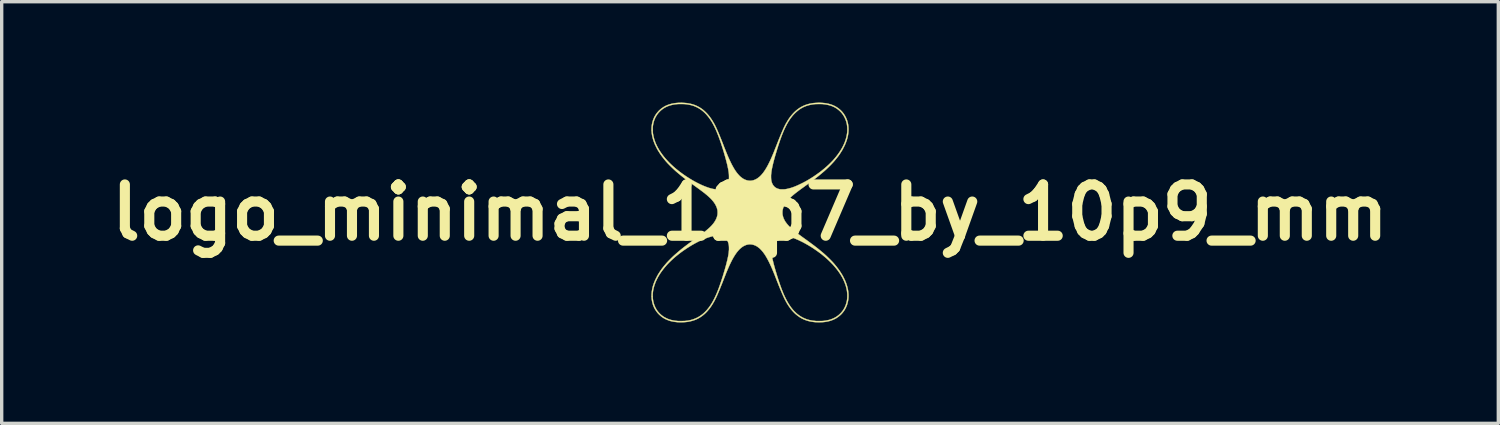
<source format=kicad_pcb>
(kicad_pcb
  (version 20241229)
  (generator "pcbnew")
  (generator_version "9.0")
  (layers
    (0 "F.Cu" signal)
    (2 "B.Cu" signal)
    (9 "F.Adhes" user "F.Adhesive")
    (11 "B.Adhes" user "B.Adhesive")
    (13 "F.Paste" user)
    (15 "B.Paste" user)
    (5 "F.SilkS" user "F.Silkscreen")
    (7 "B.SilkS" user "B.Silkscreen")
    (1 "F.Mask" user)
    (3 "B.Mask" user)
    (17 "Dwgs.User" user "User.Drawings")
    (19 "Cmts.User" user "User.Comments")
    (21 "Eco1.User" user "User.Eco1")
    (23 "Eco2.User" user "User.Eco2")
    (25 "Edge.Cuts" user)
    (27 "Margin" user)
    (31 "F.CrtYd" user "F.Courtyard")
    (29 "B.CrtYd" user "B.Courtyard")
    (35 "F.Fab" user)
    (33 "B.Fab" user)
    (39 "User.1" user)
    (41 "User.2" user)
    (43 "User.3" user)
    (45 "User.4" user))
  (footprint "logo_minimal_12p7_by_10p9_mm"
    (layer "F.Cu")
    (at 19.239 3.266)
    (property "Reference" "logo_minimal_12p7_by_10p9_mm" (at 0 0 0) (layer "F.SilkS") (effects (font (size 1.524 1.524) (thickness 0.3))))
    (attr through_hole)
    (fp_poly (pts (xy -2.022 -3.261) (xy -1.956 -3.258) (xy -1.892 -3.253) (xy -1.831 -3.244) (xy -1.773 -3.233) (xy -1.717 -3.219) (xy -1.663 -3.202) (xy -1.611 -3.182) (xy -1.56 -3.158) (xy -1.511 -3.132) (xy -1.509 -3.131) (xy -1.472 -3.108) (xy -1.436 -3.084) (xy -1.402 -3.059) (xy -1.369 -3.031) (xy -1.335 -3) (xy -1.306 -2.972) (xy -1.265 -2.929) (xy -1.226 -2.883) (xy -1.188 -2.834) (xy -1.151 -2.782) (xy -1.115 -2.727) (xy -1.08 -2.668) (xy -1.046 -2.606) (xy -1.013 -2.539) (xy -0.981 -2.469) (xy -0.962 -2.425) (xy -0.95 -2.398) (xy -0.941 -2.376) (xy -0.932 -2.356) (xy -0.925 -2.338) (xy -0.918 -2.322) (xy -0.912 -2.308) (xy -0.907 -2.294) (xy -0.901 -2.281) (xy -0.895 -2.267) (xy -0.89 -2.253) (xy -0.885 -2.242) (xy -0.879 -2.227) (xy -0.871 -2.209) (xy -0.863 -2.188) (xy -0.854 -2.166) (xy -0.845 -2.143) (xy -0.836 -2.119) (xy -0.827 -2.097) (xy -0.821 -2.083) (xy -0.805 -2.042) (xy -0.791 -2.005) (xy -0.778 -1.971) (xy -0.766 -1.941) (xy -0.755 -1.913) (xy -0.745 -1.888) (xy -0.736 -1.866) (xy -0.728 -1.846) (xy -0.721 -1.827) (xy -0.714 -1.811) (xy -0.708 -1.795) (xy -0.702 -1.781) (xy -0.696 -1.768) (xy -0.691 -1.755) (xy -0.686 -1.743) (xy -0.681 -1.73) (xy -0.676 -1.718) (xy -0.67 -1.705) (xy -0.665 -1.692) (xy -0.664 -1.689) (xy -0.634 -1.62) (xy -0.604 -1.555) (xy -0.575 -1.494) (xy -0.547 -1.437) (xy -0.518 -1.383) (xy -0.49 -1.333) (xy -0.463 -1.287) (xy -0.435 -1.244) (xy -0.407 -1.204) (xy -0.379 -1.167) (xy -0.351 -1.134) (xy -0.323 -1.103) (xy -0.295 -1.075) (xy -0.266 -1.05) (xy -0.236 -1.028) (xy -0.236 -1.027) (xy -0.2 -1.003) (xy -0.163 -0.983) (xy -0.125 -0.968) (xy -0.087 -0.956) (xy -0.049 -0.949) (xy -0.011 -0.945) (xy 0.027 -0.946) (xy 0.066 -0.951) (xy 0.104 -0.96) (xy 0.141 -0.974) (xy 0.178 -0.991) (xy 0.203 -1.005) (xy 0.233 -1.025) (xy 0.263 -1.048) (xy 0.282 -1.064) (xy 0.625 -1.064) (xy 0.625 -1.043) (xy 0.626 -1.022) (xy 0.627 -1.002) (xy 0.628 -0.985) (xy 0.63 -0.972) (xy 0.637 -0.931) (xy 0.648 -0.894) (xy 0.661 -0.86) (xy 0.677 -0.829) (xy 0.696 -0.801) (xy 0.718 -0.776) (xy 0.724 -0.769) (xy 0.75 -0.748) (xy 0.777 -0.73) (xy 0.807 -0.715) (xy 0.839 -0.704) (xy 0.874 -0.695) (xy 0.877 -0.694) (xy 0.887 -0.693) (xy 0.895 -0.691) (xy 0.903 -0.69) (xy 0.91 -0.689) (xy 0.918 -0.689) (xy 0.927 -0.689) (xy 0.938 -0.689) (xy 0.952 -0.689) (xy 0.969 -0.689) (xy 0.972 -0.689) (xy 0.996 -0.69) (xy 1.016 -0.69) (xy 1.033 -0.691) (xy 1.046 -0.693) (xy 1.048 -0.693) (xy 1.1 -0.702) (xy 1.154 -0.715) (xy 1.21 -0.73) (xy 1.268 -0.749) (xy 1.328 -0.771) (xy 1.39 -0.797) (xy 1.454 -0.826) (xy 1.521 -0.858) (xy 1.575 -0.885) (xy 1.66 -0.93) (xy 1.743 -0.978) (xy 1.825 -1.028) (xy 1.905 -1.08) (xy 1.984 -1.135) (xy 2.061 -1.19) (xy 2.135 -1.247) (xy 2.207 -1.306) (xy 2.275 -1.365) (xy 2.341 -1.425) (xy 2.403 -1.486) (xy 2.462 -1.547) (xy 2.503 -1.594) (xy 2.558 -1.659) (xy 2.608 -1.724) (xy 2.654 -1.789) (xy 2.696 -1.854) (xy 2.735 -1.919) (xy 2.769 -1.984) (xy 2.799 -2.05) (xy 2.825 -2.115) (xy 2.846 -2.179) (xy 2.864 -2.244) (xy 2.877 -2.309) (xy 2.887 -2.373) (xy 2.888 -2.388) (xy 2.89 -2.408) (xy 2.891 -2.431) (xy 2.891 -2.455) (xy 2.891 -2.48) (xy 2.891 -2.505) (xy 2.89 -2.528) (xy 2.889 -2.548) (xy 2.888 -2.553) (xy 2.881 -2.609) (xy 2.87 -2.664) (xy 2.855 -2.717) (xy 2.836 -2.768) (xy 2.814 -2.817) (xy 2.789 -2.864) (xy 2.76 -2.909) (xy 2.729 -2.951) (xy 2.693 -2.991) (xy 2.655 -3.028) (xy 2.614 -3.062) (xy 2.57 -3.094) (xy 2.524 -3.122) (xy 2.512 -3.128) (xy 2.471 -3.148) (xy 2.428 -3.166) (xy 2.383 -3.181) (xy 2.336 -3.194) (xy 2.286 -3.205) (xy 2.234 -3.214) (xy 2.178 -3.221) (xy 2.17 -3.222) (xy 2.157 -3.223) (xy 2.141 -3.224) (xy 2.121 -3.224) (xy 2.1 -3.225) (xy 2.077 -3.225) (xy 2.053 -3.225) (xy 2.029 -3.225) (xy 2.005 -3.224) (xy 1.983 -3.224) (xy 1.962 -3.223) (xy 1.944 -3.223) (xy 1.929 -3.222) (xy 1.921 -3.221) (xy 1.86 -3.213) (xy 1.802 -3.203) (xy 1.747 -3.19) (xy 1.695 -3.175) (xy 1.644 -3.157) (xy 1.596 -3.137) (xy 1.549 -3.113) (xy 1.503 -3.086) (xy 1.458 -3.056) (xy 1.457 -3.055) (xy 1.429 -3.034) (xy 1.399 -3.01) (xy 1.369 -2.983) (xy 1.339 -2.955) (xy 1.31 -2.926) (xy 1.284 -2.898) (xy 1.255 -2.864) (xy 1.227 -2.828) (xy 1.199 -2.79) (xy 1.172 -2.751) (xy 1.145 -2.709) (xy 1.119 -2.665) (xy 1.093 -2.619) (xy 1.068 -2.57) (xy 1.042 -2.518) (xy 1.017 -2.464) (xy 0.992 -2.407) (xy 0.967 -2.346) (xy 0.942 -2.283) (xy 0.917 -2.216) (xy 0.892 -2.145) (xy 0.867 -2.071) (xy 0.841 -1.993) (xy 0.815 -1.911) (xy 0.791 -1.833) (xy 0.769 -1.76) (xy 0.749 -1.692) (xy 0.73 -1.626) (xy 0.713 -1.564) (xy 0.698 -1.506) (xy 0.684 -1.451) (xy 0.672 -1.398) (xy 0.661 -1.349) (xy 0.651 -1.302) (xy 0.643 -1.258) (xy 0.637 -1.217) (xy 0.632 -1.177) (xy 0.628 -1.14) (xy 0.626 -1.122) (xy 0.625 -1.105) (xy 0.625 -1.085) (xy 0.625 -1.064) (xy 0.282 -1.064) (xy 0.292 -1.073) (xy 0.321 -1.101) (xy 0.349 -1.132) (xy 0.378 -1.166) (xy 0.406 -1.203) (xy 0.434 -1.243) (xy 0.462 -1.286) (xy 0.49 -1.333) (xy 0.519 -1.384) (xy 0.547 -1.438) (xy 0.576 -1.496) (xy 0.606 -1.558) (xy 0.635 -1.624) (xy 0.664 -1.689) (xy 0.669 -1.703) (xy 0.675 -1.716) (xy 0.68 -1.729) (xy 0.686 -1.741) (xy 0.691 -1.754) (xy 0.696 -1.767) (xy 0.702 -1.781) (xy 0.708 -1.795) (xy 0.714 -1.811) (xy 0.721 -1.828) (xy 0.728 -1.847) (xy 0.736 -1.867) (xy 0.745 -1.89) (xy 0.755 -1.915) (xy 0.766 -1.943) (xy 0.779 -1.974) (xy 0.792 -2.008) (xy 0.807 -2.045) (xy 0.821 -2.082) (xy 0.83 -2.105) (xy 0.839 -2.128) (xy 0.848 -2.151) (xy 0.858 -2.174) (xy 0.866 -2.196) (xy 0.874 -2.215) (xy 0.881 -2.232) (xy 0.885 -2.241) (xy 0.891 -2.256) (xy 0.897 -2.27) (xy 0.902 -2.284) (xy 0.908 -2.297) (xy 0.914 -2.311) (xy 0.92 -2.326) (xy 0.927 -2.342) (xy 0.934 -2.36) (xy 0.943 -2.381) (xy 0.953 -2.404) (xy 0.962 -2.425) (xy 0.993 -2.497) (xy 1.026 -2.566) (xy 1.059 -2.631) (xy 1.094 -2.691) (xy 1.129 -2.749) (xy 1.165 -2.803) (xy 1.202 -2.853) (xy 1.241 -2.901) (xy 1.281 -2.946) (xy 1.306 -2.972) (xy 1.34 -3.005) (xy 1.374 -3.035) (xy 1.408 -3.063) (xy 1.442 -3.088) (xy 1.477 -3.111) (xy 1.509 -3.131) (xy 1.558 -3.157) (xy 1.609 -3.181) (xy 1.661 -3.201) (xy 1.715 -3.218) (xy 1.771 -3.233) (xy 1.829 -3.244) (xy 1.89 -3.253) (xy 1.953 -3.258) (xy 2.02 -3.261) (xy 2.022 -3.261) (xy 2.09 -3.261) (xy 2.155 -3.258) (xy 2.217 -3.252) (xy 2.276 -3.243) (xy 2.334 -3.231) (xy 2.389 -3.216) (xy 2.415 -3.208) (xy 2.468 -3.188) (xy 2.519 -3.164) (xy 2.567 -3.137) (xy 2.613 -3.107) (xy 2.657 -3.073) (xy 2.698 -3.037) (xy 2.736 -2.998) (xy 2.77 -2.956) (xy 2.79 -2.928) (xy 2.821 -2.88) (xy 2.847 -2.831) (xy 2.87 -2.779) (xy 2.889 -2.726) (xy 2.904 -2.672) (xy 2.916 -2.615) (xy 2.923 -2.558) (xy 2.927 -2.499) (xy 2.927 -2.439) (xy 2.923 -2.378) (xy 2.919 -2.344) (xy 2.909 -2.283) (xy 2.895 -2.221) (xy 2.877 -2.158) (xy 2.855 -2.095) (xy 2.832 -2.037) (xy 2.826 -2.023) (xy 2.818 -2.006) (xy 2.809 -1.986) (xy 2.799 -1.966) (xy 2.788 -1.945) (xy 2.777 -1.923) (xy 2.767 -1.903) (xy 2.757 -1.884) (xy 2.748 -1.868) (xy 2.743 -1.858) (xy 2.704 -1.795) (xy 2.663 -1.731) (xy 2.618 -1.668) (xy 2.569 -1.606) (xy 2.518 -1.543) (xy 2.462 -1.48) (xy 2.403 -1.417) (xy 2.341 -1.355) (xy 2.274 -1.291) (xy 2.204 -1.228) (xy 2.129 -1.164) (xy 2.051 -1.099) (xy 2.033 -1.084) (xy 2.012 -1.068) (xy 1.992 -1.052) (xy 1.971 -1.035) (xy 1.951 -1.02) (xy 1.93 -1.003) (xy 1.908 -0.987) (xy 1.886 -0.97) (xy 1.862 -0.952) (xy 1.837 -0.933) (xy 1.81 -0.914) (xy 1.781 -0.892) (xy 1.75 -0.87) (xy 1.717 -0.845) (xy 1.681 -0.819) (xy 1.641 -0.791) (xy 1.608 -0.766) (xy 1.562 -0.733) (xy 1.52 -0.703) (xy 1.481 -0.674) (xy 1.445 -0.647) (xy 1.412 -0.622) (xy 1.381 -0.598) (xy 1.352 -0.576) (xy 1.325 -0.555) (xy 1.3 -0.534) (xy 1.277 -0.515) (xy 1.255 -0.496) (xy 1.235 -0.478) (xy 1.215 -0.46) (xy 1.196 -0.442) (xy 1.178 -0.424) (xy 1.16 -0.406) (xy 1.146 -0.392) (xy 1.109 -0.35) (xy 1.076 -0.308) (xy 1.047 -0.266) (xy 1.023 -0.224) (xy 1.002 -0.181) (xy 0.986 -0.138) (xy 0.974 -0.094) (xy 0.968 -0.067) (xy 0.966 -0.054) (xy 0.965 -0.037) (xy 0.964 -0.019) (xy 0.964 0.000231) (xy 0.964 0.02) (xy 0.965 0.038) (xy 0.966 0.054) (xy 0.968 0.067) (xy 0.976 0.103) (xy 0.986 0.139) (xy 0.999 0.175) (xy 1.016 0.21) (xy 1.035 0.246) (xy 1.057 0.281) (xy 1.083 0.316) (xy 1.111 0.352) (xy 1.144 0.389) (xy 1.18 0.426) (xy 1.219 0.463) (xy 1.263 0.502) (xy 1.31 0.542) (xy 1.33 0.559) (xy 1.349 0.573) (xy 1.368 0.588) (xy 1.387 0.603) (xy 1.407 0.619) (xy 1.429 0.635) (xy 1.452 0.653) (xy 1.477 0.671) (xy 1.505 0.691) (xy 1.534 0.713) (xy 1.567 0.737) (xy 1.603 0.763) (xy 1.608 0.766) (xy 1.649 0.796) (xy 1.688 0.824) (xy 1.723 0.85) (xy 1.756 0.874) (xy 1.786 0.896) (xy 1.814 0.917) (xy 1.841 0.936) (xy 1.865 0.955) (xy 1.889 0.972) (xy 1.911 0.989) (xy 1.932 1.005) (xy 1.953 1.021) (xy 1.973 1.037) (xy 1.994 1.053) (xy 2.014 1.069) (xy 2.033 1.084) (xy 2.112 1.149) (xy 2.188 1.213) (xy 2.259 1.277) (xy 2.326 1.341) (xy 2.39 1.404) (xy 2.45 1.466) (xy 2.506 1.529) (xy 2.558 1.592) (xy 2.607 1.655) (xy 2.653 1.718) (xy 2.695 1.781) (xy 2.734 1.844) (xy 2.743 1.858) (xy 2.751 1.872) (xy 2.76 1.889) (xy 2.77 1.908) (xy 2.78 1.929) (xy 2.791 1.95) (xy 2.801 1.971) (xy 2.811 1.992) (xy 2.82 2.011) (xy 2.828 2.027) (xy 2.832 2.037) (xy 2.857 2.1) (xy 2.878 2.162) (xy 2.895 2.224) (xy 2.909 2.285) (xy 2.919 2.346) (xy 2.925 2.408) (xy 2.925 2.41) (xy 2.926 2.428) (xy 2.927 2.448) (xy 2.927 2.471) (xy 2.927 2.494) (xy 2.926 2.517) (xy 2.925 2.538) (xy 2.923 2.558) (xy 2.922 2.571) (xy 2.913 2.629) (xy 2.9 2.686) (xy 2.884 2.741) (xy 2.864 2.793) (xy 2.841 2.844) (xy 2.814 2.892) (xy 2.783 2.938) (xy 2.75 2.981) (xy 2.713 3.022) (xy 2.672 3.06) (xy 2.629 3.095) (xy 2.615 3.105) (xy 2.57 3.136) (xy 2.522 3.162) (xy 2.471 3.186) (xy 2.418 3.207) (xy 2.362 3.224) (xy 2.304 3.238) (xy 2.247 3.248) (xy 2.221 3.252) (xy 2.197 3.254) (xy 2.174 3.257) (xy 2.15 3.258) (xy 2.125 3.259) (xy 2.098 3.26) (xy 2.067 3.261) (xy 2.052 3.261) (xy 2.026 3.261) (xy 2.003 3.26) (xy 1.982 3.26) (xy 1.963 3.259) (xy 1.945 3.258) (xy 1.927 3.256) (xy 1.908 3.255) (xy 1.887 3.252) (xy 1.877 3.251) (xy 1.813 3.241) (xy 1.751 3.228) (xy 1.691 3.211) (xy 1.632 3.19) (xy 1.576 3.166) (xy 1.522 3.138) (xy 1.469 3.106) (xy 1.418 3.07) (xy 1.369 3.031) (xy 1.321 2.988) (xy 1.275 2.94) (xy 1.23 2.889) (xy 1.216 2.871) (xy 1.178 2.821) (xy 1.14 2.766) (xy 1.103 2.708) (xy 1.068 2.645) (xy 1.033 2.579) (xy 0.999 2.508) (xy 0.966 2.434) (xy 0.962 2.427) (xy 0.947 2.389) (xy 0.932 2.355) (xy 0.919 2.323) (xy 0.907 2.294) (xy 0.895 2.266) (xy 0.884 2.24) (xy 0.874 2.214) (xy 0.863 2.188) (xy 0.852 2.161) (xy 0.841 2.133) (xy 0.83 2.104) (xy 0.821 2.082) (xy 0.805 2.042) (xy 0.791 2.005) (xy 0.777 1.971) (xy 0.765 1.94) (xy 0.754 1.913) (xy 0.745 1.888) (xy 0.736 1.865) (xy 0.728 1.845) (xy 0.72 1.826) (xy 0.713 1.809) (xy 0.707 1.794) (xy 0.701 1.779) (xy 0.696 1.766) (xy 0.69 1.753) (xy 0.685 1.74) (xy 0.68 1.728) (xy 0.674 1.715) (xy 0.669 1.702) (xy 0.664 1.689) (xy 0.634 1.62) (xy 0.604 1.555) (xy 0.575 1.494) (xy 0.547 1.437) (xy 0.518 1.383) (xy 0.49 1.333) (xy 0.463 1.287) (xy 0.435 1.244) (xy 0.407 1.204) (xy 0.379 1.167) (xy 0.351 1.134) (xy 0.323 1.103) (xy 0.295 1.075) (xy 0.266 1.05) (xy 0.265 1.05) (xy 0.625 1.05) (xy 0.625 1.081) (xy 0.626 1.113) (xy 0.628 1.145) (xy 0.632 1.177) (xy 0.633 1.19) (xy 0.639 1.231) (xy 0.647 1.276) (xy 0.656 1.325) (xy 0.667 1.377) (xy 0.68 1.433) (xy 0.694 1.492) (xy 0.71 1.554) (xy 0.728 1.619) (xy 0.747 1.687) (xy 0.768 1.758) (xy 0.79 1.832) (xy 0.814 1.909) (xy 0.836 1.978) (xy 0.858 2.044) (xy 0.879 2.107) (xy 0.899 2.165) (xy 0.919 2.221) (xy 0.939 2.274) (xy 0.958 2.324) (xy 0.978 2.372) (xy 0.997 2.419) (xy 1.017 2.463) (xy 1.037 2.507) (xy 1.058 2.549) (xy 1.063 2.559) (xy 1.096 2.623) (xy 1.13 2.682) (xy 1.164 2.738) (xy 1.2 2.791) (xy 1.236 2.84) (xy 1.274 2.886) (xy 1.313 2.93) (xy 1.355 2.97) (xy 1.379 2.993) (xy 1.424 3.03) (xy 1.472 3.065) (xy 1.522 3.097) (xy 1.573 3.125) (xy 1.627 3.15) (xy 1.681 3.17) (xy 1.695 3.175) (xy 1.727 3.185) (xy 1.758 3.193) (xy 1.79 3.201) (xy 1.823 3.207) (xy 1.857 3.213) (xy 1.894 3.217) (xy 1.933 3.221) (xy 1.972 3.225) (xy 1.976 3.225) (xy 1.984 3.225) (xy 1.996 3.225) (xy 2.01 3.225) (xy 2.026 3.225) (xy 2.043 3.225) (xy 2.062 3.225) (xy 2.066 3.225) (xy 2.09 3.224) (xy 2.11 3.224) (xy 2.127 3.224) (xy 2.142 3.223) (xy 2.156 3.223) (xy 2.168 3.222) (xy 2.18 3.221) (xy 2.19 3.22) (xy 2.251 3.211) (xy 2.309 3.2) (xy 2.364 3.187) (xy 2.416 3.17) (xy 2.466 3.15) (xy 2.512 3.128) (xy 2.555 3.103) (xy 2.582 3.086) (xy 2.606 3.068) (xy 2.629 3.051) (xy 2.652 3.031) (xy 2.675 3.009) (xy 2.675 3.009) (xy 2.711 2.972) (xy 2.742 2.934) (xy 2.771 2.894) (xy 2.797 2.851) (xy 2.812 2.821) (xy 2.831 2.781) (xy 2.847 2.741) (xy 2.86 2.699) (xy 2.871 2.656) (xy 2.881 2.611) (xy 2.886 2.573) (xy 2.888 2.559) (xy 2.889 2.542) (xy 2.89 2.522) (xy 2.891 2.501) (xy 2.891 2.478) (xy 2.891 2.456) (xy 2.891 2.435) (xy 2.89 2.415) (xy 2.889 2.397) (xy 2.888 2.39) (xy 2.88 2.326) (xy 2.868 2.261) (xy 2.851 2.196) (xy 2.83 2.131) (xy 2.805 2.066) (xy 2.777 2) (xy 2.744 1.935) (xy 2.707 1.87) (xy 2.666 1.806) (xy 2.621 1.741) (xy 2.572 1.677) (xy 2.519 1.613) (xy 2.463 1.549) (xy 2.402 1.486) (xy 2.338 1.423) (xy 2.284 1.373) (xy 2.229 1.325) (xy 2.173 1.278) (xy 2.115 1.231) (xy 2.055 1.186) (xy 1.994 1.142) (xy 1.932 1.099) (xy 1.87 1.057) (xy 1.807 1.017) (xy 1.744 0.979) (xy 1.68 0.942) (xy 1.617 0.907) (xy 1.555 0.874) (xy 1.493 0.844) (xy 1.432 0.815) (xy 1.373 0.79) (xy 1.314 0.766) (xy 1.258 0.746) (xy 1.203 0.728) (xy 1.151 0.714) (xy 1.101 0.702) (xy 1.098 0.702) (xy 1.079 0.698) (xy 1.062 0.695) (xy 1.047 0.693) (xy 1.033 0.691) (xy 1.019 0.69) (xy 1.004 0.69) (xy 0.986 0.689) (xy 0.966 0.689) (xy 0.962 0.689) (xy 0.944 0.689) (xy 0.93 0.689) (xy 0.918 0.689) (xy 0.909 0.69) (xy 0.901 0.69) (xy 0.894 0.691) (xy 0.887 0.692) (xy 0.879 0.694) (xy 0.879 0.694) (xy 0.844 0.702) (xy 0.814 0.713) (xy 0.786 0.725) (xy 0.76 0.741) (xy 0.736 0.759) (xy 0.724 0.769) (xy 0.702 0.794) (xy 0.682 0.821) (xy 0.665 0.851) (xy 0.651 0.884) (xy 0.64 0.921) (xy 0.631 0.96) (xy 0.63 0.972) (xy 0.627 0.995) (xy 0.625 1.021) (xy 0.625 1.05) (xy 0.265 1.05) (xy 0.236 1.028) (xy 0.236 1.027) (xy 0.2 1.003) (xy 0.163 0.983) (xy 0.125 0.968) (xy 0.087 0.956) (xy 0.049 0.949) (xy 0.011 0.945) (xy -0.027 0.946) (xy -0.066 0.951) (xy -0.104 0.96) (xy -0.141 0.974) (xy -0.178 0.991) (xy -0.203 1.005) (xy -0.233 1.025) (xy -0.263 1.048) (xy -0.292 1.073) (xy -0.321 1.101) (xy -0.349 1.132) (xy -0.378 1.166) (xy -0.406 1.203) (xy -0.434 1.243) (xy -0.462 1.286) (xy -0.49 1.333) (xy -0.519 1.384) (xy -0.547 1.438) (xy -0.576 1.496) (xy -0.606 1.558) (xy -0.635 1.624) (xy -0.664 1.689) (xy -0.669 1.703) (xy -0.675 1.716) (xy -0.68 1.728) (xy -0.685 1.74) (xy -0.69 1.752) (xy -0.695 1.765) (xy -0.701 1.778) (xy -0.707 1.792) (xy -0.713 1.807) (xy -0.719 1.824) (xy -0.726 1.842) (xy -0.734 1.862) (xy -0.743 1.884) (xy -0.753 1.908) (xy -0.763 1.935) (xy -0.775 1.965) (xy -0.788 1.998) (xy -0.802 2.035) (xy -0.818 2.075) (xy -0.821 2.083) (xy -0.838 2.126) (xy -0.856 2.169) (xy -0.873 2.212) (xy -0.89 2.254) (xy -0.907 2.295) (xy -0.924 2.335) (xy -0.939 2.373) (xy -0.955 2.409) (xy -0.969 2.442) (xy -0.982 2.472) (xy -0.994 2.498) (xy -1 2.512) (xy -1.033 2.579) (xy -1.067 2.644) (xy -1.102 2.705) (xy -1.138 2.763) (xy -1.175 2.817) (xy -1.212 2.867) (xy -1.216 2.871) (xy -1.258 2.921) (xy -1.301 2.968) (xy -1.346 3.011) (xy -1.392 3.05) (xy -1.434 3.082) (xy -1.485 3.116) (xy -1.538 3.147) (xy -1.593 3.174) (xy -1.65 3.197) (xy -1.709 3.216) (xy -1.77 3.232) (xy -1.833 3.245) (xy -1.861 3.249) (xy -1.888 3.252) (xy -1.915 3.255) (xy -1.942 3.257) (xy -1.97 3.259) (xy -2.001 3.26) (xy -2.035 3.261) (xy -2.035 3.261) (xy -2.053 3.261) (xy -2.069 3.261) (xy -2.085 3.261) (xy -2.098 3.261) (xy -2.109 3.261) (xy -2.116 3.261) (xy -2.119 3.26) (xy -2.138 3.259) (xy -2.159 3.258) (xy -2.181 3.256) (xy -2.203 3.253) (xy -2.223 3.251) (xy -2.24 3.249) (xy -2.247 3.248) (xy -2.308 3.237) (xy -2.367 3.223) (xy -2.423 3.205) (xy -2.476 3.184) (xy -2.527 3.16) (xy -2.576 3.132) (xy -2.622 3.101) (xy -2.665 3.066) (xy -2.706 3.028) (xy -2.707 3.027) (xy -2.746 2.985) (xy -2.78 2.942) (xy -2.811 2.896) (xy -2.839 2.848) (xy -2.863 2.798) (xy -2.883 2.745) (xy -2.899 2.691) (xy -2.912 2.634) (xy -2.922 2.575) (xy -2.922 2.571) (xy -2.924 2.554) (xy -2.925 2.534) (xy -2.926 2.512) (xy -2.927 2.489) (xy -2.927 2.468) (xy -2.891 2.468) (xy -2.891 2.491) (xy -2.89 2.513) (xy -2.889 2.534) (xy -2.888 2.552) (xy -2.887 2.568) (xy -2.886 2.573) (xy -2.877 2.631) (xy -2.864 2.686) (xy -2.848 2.738) (xy -2.828 2.788) (xy -2.805 2.836) (xy -2.779 2.882) (xy -2.749 2.926) (xy -2.719 2.963) (xy -2.71 2.973) (xy -2.699 2.985) (xy -2.686 2.998) (xy -2.672 3.012) (xy -2.658 3.025) (xy -2.646 3.037) (xy -2.634 3.046) (xy -2.631 3.049) (xy -2.588 3.082) (xy -2.543 3.111) (xy -2.495 3.136) (xy -2.445 3.159) (xy -2.393 3.178) (xy -2.338 3.194) (xy -2.28 3.206) (xy -2.22 3.216) (xy -2.189 3.219) (xy -2.175 3.221) (xy -2.162 3.222) (xy -2.15 3.223) (xy -2.141 3.224) (xy -2.135 3.224) (xy -2.127 3.225) (xy -2.116 3.225) (xy -2.103 3.225) (xy -2.086 3.225) (xy -2.069 3.225) (xy -2.05 3.225) (xy -2.03 3.225) (xy -2.011 3.224) (xy -1.992 3.224) (xy -1.974 3.223) (xy -1.959 3.223) (xy -1.946 3.223) (xy -1.936 3.222) (xy -1.93 3.222) (xy -1.889 3.217) (xy -1.85 3.212) (xy -1.814 3.206) (xy -1.781 3.199) (xy -1.748 3.191) (xy -1.715 3.181) (xy -1.695 3.175) (xy -1.638 3.154) (xy -1.583 3.13) (xy -1.53 3.102) (xy -1.478 3.069) (xy -1.428 3.033) (xy -1.379 2.993) (xy -1.333 2.949) (xy -1.287 2.901) (xy -1.244 2.849) (xy -1.202 2.794) (xy -1.17 2.747) (xy -1.142 2.703) (xy -1.113 2.654) (xy -1.085 2.602) (xy -1.057 2.548) (xy -1.03 2.491) (xy -1.003 2.432) (xy -0.978 2.372) (xy -0.976 2.367) (xy -0.952 2.309) (xy -0.928 2.246) (xy -0.904 2.179) (xy -0.88 2.109) (xy -0.855 2.036) (xy -0.83 1.96) (xy -0.805 1.881) (xy -0.781 1.8) (xy -0.756 1.717) (xy -0.75 1.698) (xy -0.732 1.633) (xy -0.715 1.573) (xy -0.7 1.515) (xy -0.687 1.462) (xy -0.674 1.411) (xy -0.664 1.363) (xy -0.654 1.318) (xy -0.646 1.275) (xy -0.639 1.234) (xy -0.634 1.196) (xy -0.63 1.159) (xy -0.627 1.124) (xy -0.626 1.122) (xy -0.625 1.105) (xy -0.625 1.085) (xy -0.625 1.064) (xy -0.625 1.043) (xy -0.626 1.022) (xy -0.627 1.002) (xy -0.628 0.985) (xy -0.63 0.972) (xy -0.637 0.931) (xy -0.648 0.894) (xy -0.661 0.86) (xy -0.677 0.829) (xy -0.696 0.801) (xy -0.718 0.776) (xy -0.724 0.769) (xy -0.748 0.75) (xy -0.773 0.733) (xy -0.8 0.719) (xy -0.829 0.707) (xy -0.861 0.698) (xy -0.879 0.694) (xy -0.886 0.692) (xy -0.893 0.691) (xy -0.9 0.69) (xy -0.908 0.69) (xy -0.917 0.689) (xy -0.929 0.689) (xy -0.943 0.689) (xy -0.961 0.689) (xy -0.962 0.689) (xy -0.983 0.689) (xy -1.001 0.689) (xy -1.017 0.69) (xy -1.031 0.691) (xy -1.045 0.693) (xy -1.06 0.695) (xy -1.076 0.698) (xy -1.095 0.701) (xy -1.098 0.702) (xy -1.146 0.713) (xy -1.198 0.727) (xy -1.251 0.744) (xy -1.307 0.764) (xy -1.364 0.786) (xy -1.423 0.811) (xy -1.484 0.839) (xy -1.545 0.869) (xy -1.608 0.902) (xy -1.672 0.937) (xy -1.736 0.974) (xy -1.8 1.013) (xy -1.865 1.054) (xy -1.886 1.068) (xy -1.972 1.126) (xy -2.054 1.185) (xy -2.133 1.246) (xy -2.209 1.307) (xy -2.281 1.37) (xy -2.349 1.433) (xy -2.414 1.497) (xy -2.475 1.562) (xy -2.532 1.628) (xy -2.585 1.694) (xy -2.634 1.76) (xy -2.664 1.803) (xy -2.705 1.868) (xy -2.742 1.932) (xy -2.774 1.996) (xy -2.803 2.059) (xy -2.827 2.122) (xy -2.848 2.185) (xy -2.865 2.248) (xy -2.878 2.31) (xy -2.887 2.373) (xy -2.888 2.39) (xy -2.89 2.406) (xy -2.89 2.425) (xy -2.891 2.446) (xy -2.891 2.468) (xy -2.927 2.468) (xy -2.927 2.466) (xy -2.927 2.444) (xy -2.926 2.424) (xy -2.925 2.41) (xy -2.919 2.348) (xy -2.909 2.287) (xy -2.896 2.226) (xy -2.879 2.164) (xy -2.858 2.102) (xy -2.833 2.039) (xy -2.832 2.037) (xy -2.826 2.023) (xy -2.818 2.006) (xy -2.809 1.986) (xy -2.799 1.966) (xy -2.788 1.945) (xy -2.777 1.923) (xy -2.767 1.903) (xy -2.757 1.884) (xy -2.748 1.868) (xy -2.743 1.858) (xy -2.705 1.796) (xy -2.664 1.734) (xy -2.621 1.672) (xy -2.574 1.611) (xy -2.523 1.55) (xy -2.47 1.488) (xy -2.412 1.427) (xy -2.351 1.365) (xy -2.287 1.303) (xy -2.218 1.241) (xy -2.146 1.178) (xy -2.07 1.114) (xy -2.043 1.092) (xy -2.022 1.075) (xy -2 1.058) (xy -1.979 1.041) (xy -1.957 1.024) (xy -1.934 1.007) (xy -1.91 0.989) (xy -1.885 0.97) (xy -1.859 0.95) (xy -1.831 0.929) (xy -1.8 0.906) (xy -1.768 0.883) (xy -1.733 0.857) (xy -1.695 0.829) (xy -1.654 0.8) (xy -1.61 0.768) (xy -1.608 0.766) (xy -1.562 0.733) (xy -1.52 0.702) (xy -1.481 0.674) (xy -1.444 0.646) (xy -1.411 0.621) (xy -1.38 0.597) (xy -1.351 0.575) (xy -1.324 0.553) (xy -1.299 0.533) (xy -1.276 0.513) (xy -1.254 0.495) (xy -1.233 0.476) (xy -1.213 0.458) (xy -1.194 0.44) (xy -1.176 0.422) (xy -1.158 0.404) (xy -1.147 0.393) (xy -1.11 0.351) (xy -1.077 0.31) (xy -1.049 0.268) (xy -1.024 0.226) (xy -1.003 0.184) (xy -0.987 0.141) (xy -0.978 0.111) (xy -0.973 0.093) (xy -0.97 0.078) (xy -0.967 0.063) (xy -0.966 0.048) (xy -0.965 0.031) (xy -0.964 0.012) (xy -0.964 0) (xy -0.965 -0.021) (xy -0.965 -0.039) (xy -0.966 -0.054) (xy -0.968 -0.069) (xy -0.971 -0.084) (xy -0.975 -0.101) (xy -0.978 -0.111) (xy -0.991 -0.154) (xy -1.009 -0.196) (xy -1.031 -0.238) (xy -1.057 -0.28) (xy -1.087 -0.322) (xy -1.121 -0.363) (xy -1.147 -0.393) (xy -1.165 -0.411) (xy -1.183 -0.429) (xy -1.202 -0.447) (xy -1.221 -0.465) (xy -1.241 -0.483) (xy -1.262 -0.501) (xy -1.284 -0.521) (xy -1.308 -0.54) (xy -1.333 -0.561) (xy -1.36 -0.583) (xy -1.39 -0.605) (xy -1.422 -0.63) (xy -1.456 -0.655) (xy -1.493 -0.683) (xy -1.533 -0.712) (xy -1.577 -0.744) (xy -1.608 -0.766) (xy -1.649 -0.796) (xy -1.688 -0.824) (xy -1.723 -0.85) (xy -1.756 -0.874) (xy -1.786 -0.896) (xy -1.814 -0.917) (xy -1.841 -0.936) (xy -1.865 -0.955) (xy -1.889 -0.972) (xy -1.911 -0.989) (xy -1.932 -1.005) (xy -1.953 -1.021) (xy -1.973 -1.037) (xy -1.994 -1.053) (xy -2.014 -1.069) (xy -2.033 -1.084) (xy -2.112 -1.149) (xy -2.188 -1.213) (xy -2.259 -1.277) (xy -2.326 -1.341) (xy -2.39 -1.404) (xy -2.45 -1.466) (xy -2.506 -1.529) (xy -2.558 -1.592) (xy -2.607 -1.655) (xy -2.653 -1.718) (xy -2.695 -1.781) (xy -2.734 -1.844) (xy -2.743 -1.858) (xy -2.751 -1.872) (xy -2.76 -1.889) (xy -2.77 -1.908) (xy -2.78 -1.929) (xy -2.791 -1.95) (xy -2.801 -1.971) (xy -2.811 -1.992) (xy -2.82 -2.011) (xy -2.828 -2.027) (xy -2.832 -2.037) (xy -2.857 -2.1) (xy -2.878 -2.162) (xy -2.895 -2.224) (xy -2.909 -2.285) (xy -2.919 -2.346) (xy -2.925 -2.408) (xy -2.925 -2.41) (xy -2.926 -2.428) (xy -2.927 -2.448) (xy -2.927 -2.471) (xy -2.927 -2.473) (xy -2.89 -2.473) (xy -2.89 -2.449) (xy -2.89 -2.428) (xy -2.889 -2.409) (xy -2.889 -2.392) (xy -2.887 -2.377) (xy -2.886 -2.361) (xy -2.884 -2.345) (xy -2.881 -2.328) (xy -2.878 -2.314) (xy -2.865 -2.249) (xy -2.848 -2.184) (xy -2.826 -2.119) (xy -2.801 -2.054) (xy -2.771 -1.989) (xy -2.737 -1.924) (xy -2.7 -1.859) (xy -2.658 -1.795) (xy -2.613 -1.731) (xy -2.564 -1.667) (xy -2.511 -1.603) (xy -2.454 -1.54) (xy -2.394 -1.477) (xy -2.33 -1.415) (xy -2.263 -1.354) (xy -2.192 -1.293) (xy -2.118 -1.234) (xy -2.063 -1.192) (xy -2.004 -1.149) (xy -1.945 -1.107) (xy -1.885 -1.067) (xy -1.824 -1.028) (xy -1.764 -0.991) (xy -1.703 -0.955) (xy -1.643 -0.921) (xy -1.583 -0.889) (xy -1.524 -0.859) (xy -1.466 -0.831) (xy -1.409 -0.805) (xy -1.353 -0.782) (xy -1.299 -0.761) (xy -1.247 -0.742) (xy -1.196 -0.726) (xy -1.148 -0.713) (xy -1.102 -0.702) (xy -1.059 -0.695) (xy -1.039 -0.692) (xy -1.03 -0.691) (xy -1.021 -0.69) (xy -1.015 -0.689) (xy -1.013 -0.689) (xy -1.009 -0.689) (xy -1.002 -0.689) (xy -0.991 -0.689) (xy -0.979 -0.689) (xy -0.965 -0.689) (xy -0.954 -0.689) (xy -0.936 -0.689) (xy -0.921 -0.69) (xy -0.91 -0.69) (xy -0.9 -0.691) (xy -0.892 -0.692) (xy -0.883 -0.693) (xy -0.877 -0.694) (xy -0.843 -0.703) (xy -0.812 -0.713) (xy -0.783 -0.727) (xy -0.757 -0.743) (xy -0.732 -0.763) (xy -0.724 -0.769) (xy -0.702 -0.793) (xy -0.683 -0.82) (xy -0.666 -0.849) (xy -0.652 -0.881) (xy -0.641 -0.916) (xy -0.639 -0.923) (xy -0.635 -0.942) (xy -0.632 -0.959) (xy -0.629 -0.977) (xy -0.627 -0.996) (xy -0.626 -1.016) (xy -0.625 -1.04) (xy -0.625 -1.04) (xy -0.625 -1.075) (xy -0.626 -1.11) (xy -0.628 -1.147) (xy -0.632 -1.186) (xy -0.638 -1.226) (xy -0.645 -1.27) (xy -0.654 -1.316) (xy -0.661 -1.348) (xy -0.67 -1.392) (xy -0.681 -1.439) (xy -0.694 -1.489) (xy -0.707 -1.542) (xy -0.722 -1.597) (xy -0.738 -1.654) (xy -0.755 -1.712) (xy -0.772 -1.772) (xy -0.79 -1.832) (xy -0.809 -1.893) (xy -0.828 -1.954) (xy -0.848 -2.014) (xy -0.867 -2.073) (xy -0.887 -2.131) (xy -0.907 -2.187) (xy -0.91 -2.195) (xy -0.939 -2.275) (xy -0.97 -2.352) (xy -1 -2.425) (xy -1.031 -2.494) (xy -1.063 -2.56) (xy -1.095 -2.621) (xy -1.127 -2.679) (xy -1.16 -2.732) (xy -1.17 -2.747) (xy -1.211 -2.806) (xy -1.253 -2.86) (xy -1.296 -2.911) (xy -1.341 -2.958) (xy -1.388 -3.001) (xy -1.436 -3.04) (xy -1.486 -3.075) (xy -1.532 -3.103) (xy -1.577 -3.127) (xy -1.623 -3.148) (xy -1.67 -3.167) (xy -1.719 -3.183) (xy -1.769 -3.196) (xy -1.823 -3.207) (xy -1.879 -3.216) (xy -1.921 -3.221) (xy -1.934 -3.222) (xy -1.95 -3.223) (xy -1.969 -3.224) (xy -1.991 -3.224) (xy -2.014 -3.225) (xy -2.038 -3.225) (xy -2.062 -3.225) (xy -2.085 -3.225) (xy -2.108 -3.225) (xy -2.129 -3.224) (xy -2.147 -3.223) (xy -2.162 -3.223) (xy -2.17 -3.222) (xy -2.231 -3.215) (xy -2.289 -3.205) (xy -2.344 -3.192) (xy -2.396 -3.177) (xy -2.445 -3.159) (xy -2.492 -3.138) (xy -2.537 -3.115) (xy -2.579 -3.088) (xy -2.619 -3.059) (xy -2.658 -3.026) (xy -2.678 -3.006) (xy -2.715 -2.967) (xy -2.749 -2.926) (xy -2.778 -2.882) (xy -2.805 -2.837) (xy -2.828 -2.789) (xy -2.848 -2.739) (xy -2.864 -2.686) (xy -2.877 -2.63) (xy -2.886 -2.574) (xy -2.888 -2.565) (xy -2.888 -2.556) (xy -2.889 -2.545) (xy -2.89 -2.533) (xy -2.89 -2.519) (xy -2.89 -2.501) (xy -2.89 -2.48) (xy -2.89 -2.473) (xy -2.927 -2.473) (xy -2.927 -2.494) (xy -2.926 -2.517) (xy -2.925 -2.538) (xy -2.923 -2.558) (xy -2.922 -2.571) (xy -2.913 -2.63) (xy -2.9 -2.687) (xy -2.884 -2.742) (xy -2.864 -2.794) (xy -2.841 -2.845) (xy -2.813 -2.893) (xy -2.783 -2.939) (xy -2.748 -2.982) (xy -2.71 -3.024) (xy -2.705 -3.029) (xy -2.665 -3.066) (xy -2.622 -3.1) (xy -2.577 -3.131) (xy -2.53 -3.159) (xy -2.48 -3.183) (xy -2.427 -3.204) (xy -2.372 -3.221) (xy -2.314 -3.236) (xy -2.254 -3.247) (xy -2.191 -3.255) (xy -2.125 -3.26) (xy -2.057 -3.261) (xy -2.022 -3.261)) (stroke (width 0.01) (type solid)) (fill yes) (layer "F.SilkS")))
  (gr_rect
    (start -3 -3)
    (end 41.477 9.532)
    (stroke (width 0.1) (type default))
    (fill no)
    (layer "Edge.Cuts")))
</source>
